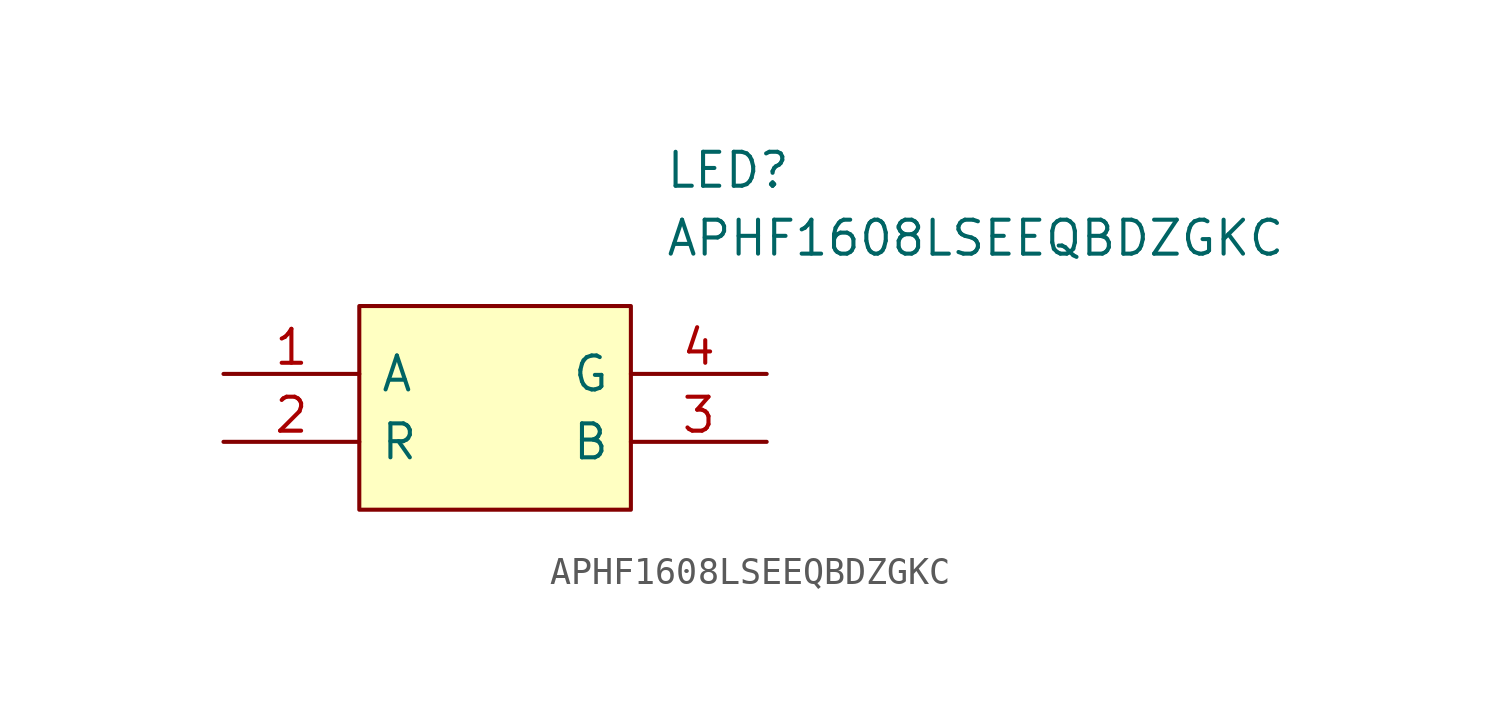
<source format=kicad_sym>
(kicad_symbol_lib
  (version 20220914)
  (generator kicad_symbol_editor)
  (symbol "APHF1608LSEEQBDZGKC"
    (pin_names
      (offset 0.762))
    (property "Reference" "LED"
      (at 16.51 7.62 0)
      (effects (font (size 1.27 1.27)) (justify left)))
    (property "Value" "APHF1608LSEEQBDZGKC"
      (at 16.51 5.08 0)
      (effects (font (size 1.27 1.27)) (justify left)))
    (symbol "APHF1608LSEEQBDZGKC_0_0"
      (pin passive line (at 0 0 0) (length 5.08) (name "A" (effects (font (size 1.27 1.27)))) (number "1" (effects (font (size 1.27 1.27)))))
      (pin passive line (at 0 -2.54 0) (length 5.08) (name "R" (effects (font (size 1.27 1.27)))) (number "2" (effects (font (size 1.27 1.27)))))
      (pin passive line (at 20.32 -2.54 180) (length 5.08) (name "B" (effects (font (size 1.27 1.27)))) (number "3" (effects (font (size 1.27 1.27)))))
      (pin passive line (at 20.32 0 180) (length 5.08) (name "G" (effects (font (size 1.27 1.27)))) (number "4" (effects (font (size 1.27 1.27))))))
    (symbol "APHF1608LSEEQBDZGKC_1_1"
      (polyline (pts (xy 5.08 2.54) (xy 15.24 2.54) (xy 15.24 -5.08) (xy 5.08 -5.08) (xy 5.08 2.54)) (stroke (width 0.152) (type solid)) (fill (type background))))))
</source>
